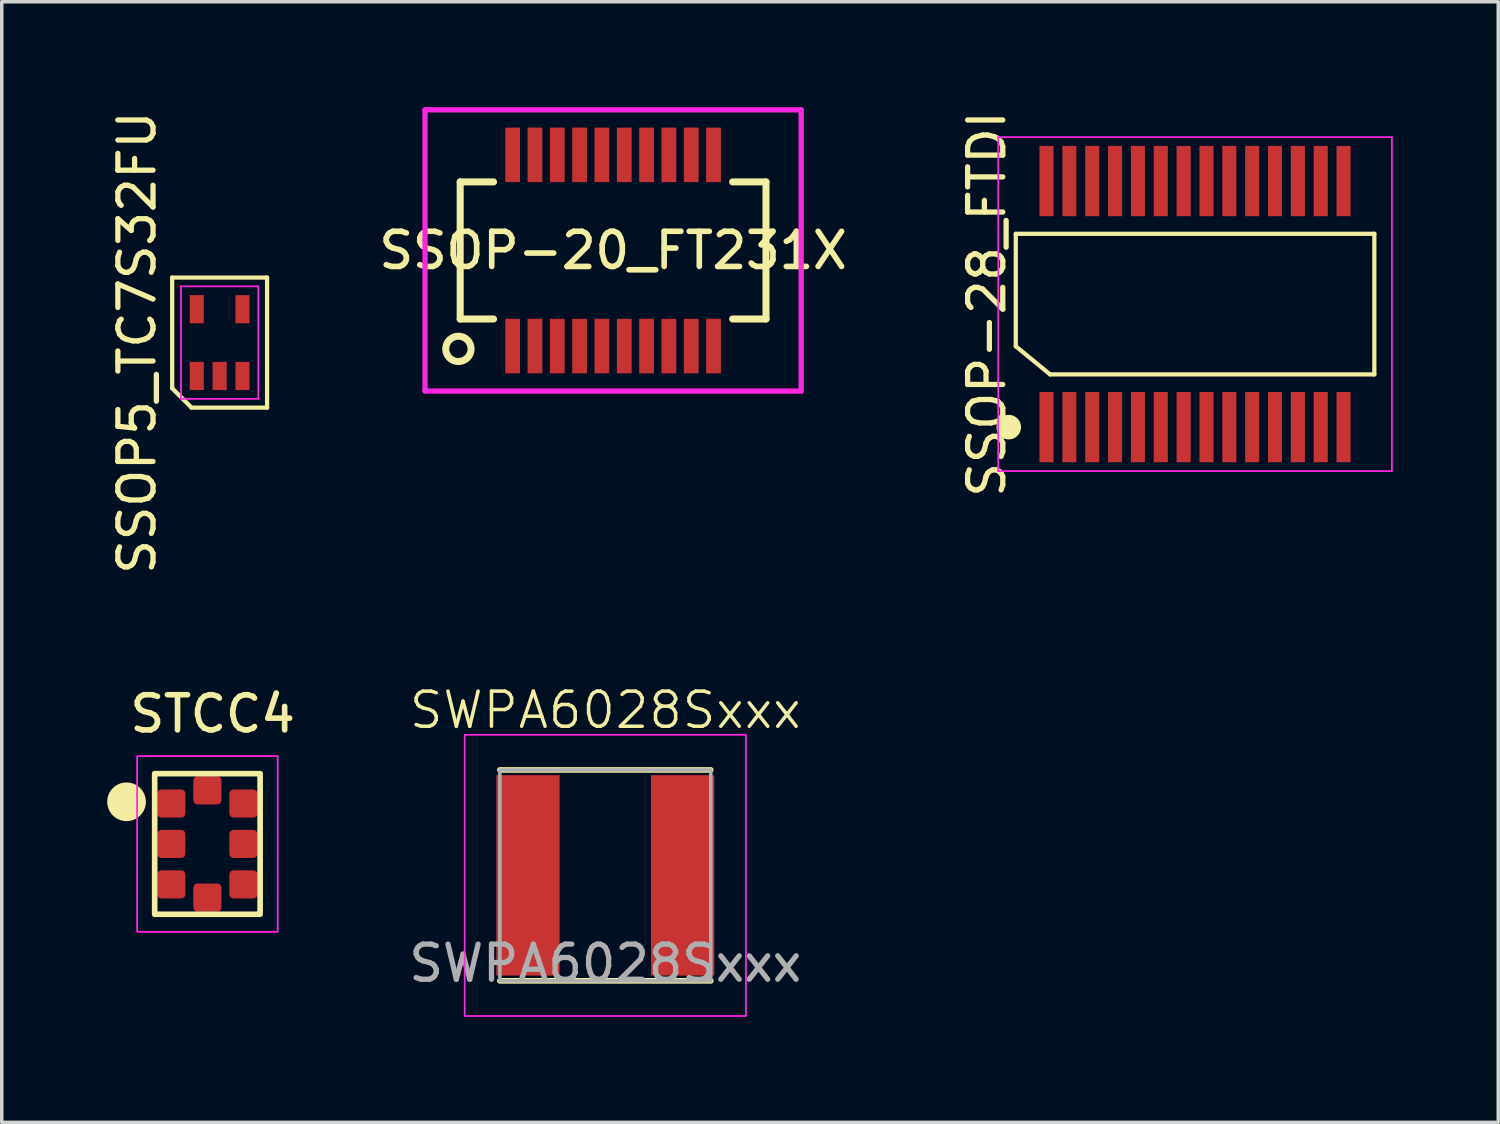
<source format=kicad_pcb>
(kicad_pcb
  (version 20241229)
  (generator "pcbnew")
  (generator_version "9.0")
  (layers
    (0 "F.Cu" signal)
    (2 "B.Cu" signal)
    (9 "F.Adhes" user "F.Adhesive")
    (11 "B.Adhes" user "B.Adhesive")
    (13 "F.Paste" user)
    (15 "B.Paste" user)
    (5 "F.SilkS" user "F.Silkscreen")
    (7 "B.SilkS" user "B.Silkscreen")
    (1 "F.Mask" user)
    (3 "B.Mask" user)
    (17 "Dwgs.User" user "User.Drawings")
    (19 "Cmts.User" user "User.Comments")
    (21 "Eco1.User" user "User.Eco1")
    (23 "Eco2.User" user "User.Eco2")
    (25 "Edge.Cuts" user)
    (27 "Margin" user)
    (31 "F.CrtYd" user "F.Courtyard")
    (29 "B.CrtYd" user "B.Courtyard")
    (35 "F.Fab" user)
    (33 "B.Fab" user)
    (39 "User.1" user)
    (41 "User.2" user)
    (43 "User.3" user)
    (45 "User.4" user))
  (footprint "SWPA6028Sxxx"
    (layer "F.Cu")
    (at 14.17 21.853)
    (property "Reference" "SWPA6028Sxxx" (at 0 -4.7 0) (unlocked yes) (layer "F.SilkS") (effects (font (size 1 1) (thickness 0.1))))
    (attr smd)
    (fp_line (start -3 -3) (end 3 -3) (stroke (width 0.16) (type default)) (layer "F.SilkS"))
    (fp_line (start -3 3) (end 3 3) (stroke (width 0.16) (type default)) (layer "F.SilkS"))
    (fp_rect (start -4 -4) (end 4 4) (stroke (width 0.05) (type default)) (fill no) (layer "F.CrtYd"))
    (fp_rect (start -3 -3) (end 3 3) (stroke (width 0.1) (type default)) (fill no) (layer "F.Fab"))
    (fp_text user "${REFERENCE}" (at 0 2.5 0) (unlocked yes) (layer "F.Fab") (effects (font (size 1 1) (thickness 0.15))))
    (pad "1" smd rect (at -2.2 0) (size 1.8 5.7) (layers "F.Cu" "F.Mask" "F.Paste"))
    (pad "2" smd rect (at 2.2 0) (size 1.8 5.7) (layers "F.Cu" "F.Mask" "F.Paste")))
  (footprint "SSOP-28_FTDI"
    (layer "F.Cu")
    (at 30.947 5.601)
    (property "Reference" "SSOP-28_FTDI" (at -5.925 0 90) (layer "F.SilkS") (effects (font (size 1 1) (thickness 0.15))))
    (attr smd)
    (fp_line (start -5.1 -2) (end 5.1 -2) (stroke (width 0.12) (type default)) (layer "F.SilkS"))
    (fp_line (start -5.1 1.2) (end -5.1 -2) (stroke (width 0.12) (type default)) (layer "F.SilkS"))
    (fp_line (start -4.125 2) (end -5.1 1.2) (stroke (width 0.12) (type default)) (layer "F.SilkS"))
    (fp_line (start 5.1 -2) (end 5.1 2) (stroke (width 0.12) (type default)) (layer "F.SilkS"))
    (fp_line (start 5.1 2) (end -4.125 2) (stroke (width 0.12) (type default)) (layer "F.SilkS"))
    (fp_circle (center -5.3 3.5) (end -5 3.5) (stroke (width 0.1) (type solid)) (fill yes) (layer "F.SilkS"))
    (fp_line (start -5.6 -4.75) (end 5.6 -4.75) (stroke (width 0.05) (type default)) (layer "F.CrtYd"))
    (fp_line (start -5.6 4.75) (end -5.6 -4.75) (stroke (width 0.05) (type default)) (layer "F.CrtYd"))
    (fp_line (start 5.6 -4.75) (end 5.6 4.75) (stroke (width 0.05) (type default)) (layer "F.CrtYd"))
    (fp_line (start 5.6 4.75) (end -5.6 4.75) (stroke (width 0.05) (type default)) (layer "F.CrtYd"))
    (pad "1" smd rect (at -4.225 3.5) (size 0.4 2) (layers "F.Cu" "F.Mask" "F.Paste"))
    (pad "2" smd rect (at -3.575 3.5) (size 0.4 2) (layers "F.Cu" "F.Mask" "F.Paste"))
    (pad "3" smd rect (at -2.925 3.5) (size 0.4 2) (layers "F.Cu" "F.Mask" "F.Paste"))
    (pad "4" smd rect (at -2.275 3.5) (size 0.4 2) (layers "F.Cu" "F.Mask" "F.Paste"))
    (pad "5" smd rect (at -1.625 3.5) (size 0.4 2) (layers "F.Cu" "F.Mask" "F.Paste"))
    (pad "6" smd rect (at -0.975 3.5) (size 0.4 2) (layers "F.Cu" "F.Mask" "F.Paste"))
    (pad "7" smd rect (at -0.325 3.5) (size 0.4 2) (layers "F.Cu" "F.Mask" "F.Paste"))
    (pad "8" smd rect (at 0.325 3.5) (size 0.4 2) (layers "F.Cu" "F.Mask" "F.Paste"))
    (pad "9" smd rect (at 0.975 3.5) (size 0.4 2) (layers "F.Cu" "F.Mask" "F.Paste"))
    (pad "10" smd rect (at 1.625 3.5) (size 0.4 2) (layers "F.Cu" "F.Mask" "F.Paste"))
    (pad "11" smd rect (at 2.275 3.5) (size 0.4 2) (layers "F.Cu" "F.Mask" "F.Paste"))
    (pad "12" smd rect (at 2.925 3.5) (size 0.4 2) (layers "F.Cu" "F.Mask" "F.Paste"))
    (pad "13" smd rect (at 3.575 3.5) (size 0.4 2) (layers "F.Cu" "F.Mask" "F.Paste"))
    (pad "14" smd rect (at 4.225 3.5) (size 0.4 2) (layers "F.Cu" "F.Mask" "F.Paste"))
    (pad "15" smd rect (at 4.225 -3.5) (size 0.4 2) (layers "F.Cu" "F.Mask" "F.Paste"))
    (pad "16" smd rect (at 3.575 -3.5) (size 0.4 2) (layers "F.Cu" "F.Mask" "F.Paste"))
    (pad "17" smd rect (at 2.925 -3.5) (size 0.4 2) (layers "F.Cu" "F.Mask" "F.Paste"))
    (pad "18" smd rect (at 2.275 -3.5) (size 0.4 2) (layers "F.Cu" "F.Mask" "F.Paste"))
    (pad "19" smd rect (at 1.625 -3.5) (size 0.4 2) (layers "F.Cu" "F.Mask" "F.Paste"))
    (pad "20" smd rect (at 0.975 -3.5) (size 0.4 2) (layers "F.Cu" "F.Mask" "F.Paste"))
    (pad "21" smd rect (at 0.325 -3.5) (size 0.4 2) (layers "F.Cu" "F.Mask" "F.Paste"))
    (pad "22" smd rect (at -0.325 -3.5) (size 0.4 2) (layers "F.Cu" "F.Mask" "F.Paste"))
    (pad "23" smd rect (at -0.975 -3.5) (size 0.4 2) (layers "F.Cu" "F.Mask" "F.Paste"))
    (pad "24" smd rect (at -1.625 -3.5) (size 0.4 2) (layers "F.Cu" "F.Mask" "F.Paste"))
    (pad "25" smd rect (at -2.275 -3.5) (size 0.4 2) (layers "F.Cu" "F.Mask" "F.Paste"))
    (pad "26" smd rect (at -2.925 -3.5) (size 0.4 2) (layers "F.Cu" "F.Mask" "F.Paste"))
    (pad "27" smd rect (at -3.575 -3.5) (size 0.4 2) (layers "F.Cu" "F.Mask" "F.Paste"))
    (pad "28" smd rect (at -4.225 -3.5) (size 0.4 2) (layers "F.Cu" "F.Mask" "F.Paste")))
  (footprint "STCC4"
    (layer "F.Cu")
    (at 2.85 20.959)
    (property "Reference" "STCC4" (at 0.15 -3.7 0) (unlocked yes) (layer "F.SilkS") (effects (font (size 1 1) (thickness 0.16))))
    (attr smd)
    (fp_rect (start -1.5 -2) (end 1.5 2) (stroke (width 0.16) (type solid)) (fill no) (layer "F.SilkS"))
    (fp_circle (center -2.3 -1.2) (end -1.8 -1.2) (stroke (width 0.1) (type solid)) (fill yes) (layer "F.SilkS"))
    (fp_rect (start -2 -2.5) (end 2 2.5) (stroke (width 0.05) (type default)) (fill no) (layer "F.CrtYd"))
    (pad "1" smd roundrect (at -1.025 -1.15) (size 0.8 0.8) (layers "F.Cu" "F.Mask" "F.Paste") (roundrect_rratio 0.15))
    (pad "2" smd roundrect (at -1.025 0) (size 0.8 0.8) (layers "F.Cu" "F.Mask" "F.Paste") (roundrect_rratio 0.15))
    (pad "3" smd roundrect (at -1.025 1.15) (size 0.8 0.8) (layers "F.Cu" "F.Mask" "F.Paste") (roundrect_rratio 0.15))
    (pad "4" smd roundrect (at 0 1.525) (size 0.8 0.8) (layers "F.Cu" "F.Mask" "F.Paste") (roundrect_rratio 0.15))
    (pad "5" smd roundrect (at 1.025 1.15) (size 0.8 0.8) (layers "F.Cu" "F.Mask" "F.Paste") (roundrect_rratio 0.15))
    (pad "6" smd roundrect (at 1.025 0) (size 0.8 0.8) (layers "F.Cu" "F.Mask" "F.Paste") (roundrect_rratio 0.15))
    (pad "7" smd roundrect (at 1.025 -1.15) (size 0.8 0.8) (layers "F.Cu" "F.Mask" "F.Paste") (roundrect_rratio 0.15))
    (pad "8" smd roundrect (at 0 -1.525) (size 0.8 0.8) (layers "F.Cu" "F.Mask" "F.Paste") (roundrect_rratio 0.15)))
  (footprint "SSOP5_TC7S32FU"
    (layer "F.Cu")
    (at 3.198 6.696)
    (property "Reference" "SSOP5_TC7S32FU" (at -2.35 0 90) (layer "F.SilkS") (effects (font (size 1 1) (thickness 0.15))))
    (attr smd)
    (fp_line (start -1.35 -1.85) (end 1.35 -1.85) (stroke (width 0.12) (type default)) (layer "F.SilkS"))
    (fp_line (start -1.35 1.3) (end -1.35 -1.85) (stroke (width 0.12) (type default)) (layer "F.SilkS"))
    (fp_line (start -0.8 1.85) (end -1.35 1.3) (stroke (width 0.12) (type default)) (layer "F.SilkS"))
    (fp_line (start 1.35 -1.85) (end 1.35 1.85) (stroke (width 0.12) (type default)) (layer "F.SilkS"))
    (fp_line (start 1.35 1.85) (end -0.8 1.85) (stroke (width 0.12) (type default)) (layer "F.SilkS"))
    (fp_line (start -1.1 -1.6) (end 1.1 -1.6) (stroke (width 0.05) (type default)) (layer "F.CrtYd"))
    (fp_line (start -1.1 1.6) (end -1.1 -1.6) (stroke (width 0.05) (type default)) (layer "F.CrtYd"))
    (fp_line (start 1.1 -1.6) (end 1.1 1.6) (stroke (width 0.05) (type default)) (layer "F.CrtYd"))
    (fp_line (start 1.1 1.6) (end -1.1 1.6) (stroke (width 0.05) (type default)) (layer "F.CrtYd"))
    (pad "1" smd rect (at -0.65 0.95) (size 0.4 0.8) (layers "F.Cu" "F.Mask" "F.Paste"))
    (pad "2" smd rect (at 0 0.95) (size 0.4 0.8) (layers "F.Cu" "F.Mask" "F.Paste"))
    (pad "3" smd rect (at 0.65 0.95) (size 0.4 0.8) (layers "F.Cu" "F.Mask" "F.Paste"))
    (pad "4" smd rect (at 0.65 -0.95) (size 0.4 0.8) (layers "F.Cu" "F.Mask" "F.Paste"))
    (pad "5" smd rect (at -0.65 -0.95) (size 0.4 0.8) (layers "F.Cu" "F.Mask" "F.Paste")))
  (footprint "SSOP-20_FT231X"
    (layer "F.Cu")
    (at 14.391 4.075)
    (property "Reference" "SSOP-20_FT231X" (at 0 0 0) (layer "F.SilkS") (effects (font (size 1 1) (thickness 0.16))))
    (attr through_hole)
    (fp_line (start -4.35 -1.95) (end -4.35 1.95) (stroke (width 0.2) (type solid)) (layer "F.SilkS"))
    (fp_line (start -4.35 -1.95) (end -3.4 -1.95) (stroke (width 0.2) (type solid)) (layer "F.SilkS"))
    (fp_line (start -4.35 1.95) (end -3.4 1.95) (stroke (width 0.2) (type solid)) (layer "F.SilkS"))
    (fp_line (start 4.35 -1.95) (end 3.4 -1.95) (stroke (width 0.2) (type solid)) (layer "F.SilkS"))
    (fp_line (start 4.35 -1.95) (end 4.35 1.95) (stroke (width 0.2) (type solid)) (layer "F.SilkS"))
    (fp_line (start 4.35 1.95) (end 3.4 1.95) (stroke (width 0.2) (type solid)) (layer "F.SilkS"))
    (fp_circle (center -4.4 2.8) (end -4.6 3.1) (stroke (width 0.2) (type solid)) (fill no) (layer "F.SilkS"))
    (fp_line (start -5.35 -4) (end 5.35 -4) (stroke (width 0.15) (type solid)) (layer "F.CrtYd"))
    (fp_line (start -5.35 4) (end -5.35 -4) (stroke (width 0.15) (type solid)) (layer "F.CrtYd"))
    (fp_line (start 5.35 -4) (end 5.35 4) (stroke (width 0.15) (type solid)) (layer "F.CrtYd"))
    (fp_line (start 5.35 4) (end -5.35 4) (stroke (width 0.15) (type solid)) (layer "F.CrtYd"))
    (pad "1" smd rect (at -2.857 2.72) (size 0.42 1.55) (layers "F.Cu" "F.Mask" "F.Paste"))
    (pad "2" smd rect (at -2.223 2.72) (size 0.42 1.55) (layers "F.Cu" "F.Mask" "F.Paste"))
    (pad "3" smd rect (at -1.587 2.72) (size 0.42 1.55) (layers "F.Cu" "F.Mask" "F.Paste"))
    (pad "4" smd rect (at -0.953 2.72) (size 0.42 1.55) (layers "F.Cu" "F.Mask" "F.Paste"))
    (pad "5" smd rect (at -0.318 2.72) (size 0.42 1.55) (layers "F.Cu" "F.Mask" "F.Paste"))
    (pad "6" smd rect (at 0.318 2.72) (size 0.42 1.55) (layers "F.Cu" "F.Mask" "F.Paste"))
    (pad "7" smd rect (at 0.953 2.72) (size 0.42 1.55) (layers "F.Cu" "F.Mask" "F.Paste"))
    (pad "8" smd rect (at 1.587 2.72) (size 0.42 1.55) (layers "F.Cu" "F.Mask" "F.Paste"))
    (pad "9" smd rect (at 2.223 2.72) (size 0.42 1.55) (layers "F.Cu" "F.Mask" "F.Paste"))
    (pad "10" smd rect (at 2.857 2.72) (size 0.42 1.55) (layers "F.Cu" "F.Mask" "F.Paste"))
    (pad "11" smd rect (at 2.857 -2.72) (size 0.42 1.55) (layers "F.Cu" "F.Mask" "F.Paste"))
    (pad "12" smd rect (at 2.223 -2.72) (size 0.42 1.55) (layers "F.Cu" "F.Mask" "F.Paste"))
    (pad "13" smd rect (at 1.587 -2.72) (size 0.42 1.55) (layers "F.Cu" "F.Mask" "F.Paste"))
    (pad "14" smd rect (at 0.953 -2.72) (size 0.42 1.55) (layers "F.Cu" "F.Mask" "F.Paste"))
    (pad "15" smd rect (at 0.318 -2.72) (size 0.42 1.55) (layers "F.Cu" "F.Mask" "F.Paste"))
    (pad "16" smd rect (at -0.318 -2.72) (size 0.42 1.55) (layers "F.Cu" "F.Mask" "F.Paste"))
    (pad "17" smd rect (at -0.953 -2.72) (size 0.42 1.55) (layers "F.Cu" "F.Mask" "F.Paste"))
    (pad "18" smd rect (at -1.587 -2.72) (size 0.42 1.55) (layers "F.Cu" "F.Mask" "F.Paste"))
    (pad "19" smd rect (at -2.223 -2.72) (size 0.42 1.55) (layers "F.Cu" "F.Mask" "F.Paste"))
    (pad "20" smd rect (at -2.857 -2.72) (size 0.42 1.55) (layers "F.Cu" "F.Mask" "F.Paste")))
  (gr_rect
    (start -3 -3)
    (end 39.572 28.878)
    (stroke (width 0.1) (type default))
    (fill no)
    (layer "Edge.Cuts")))
</source>
